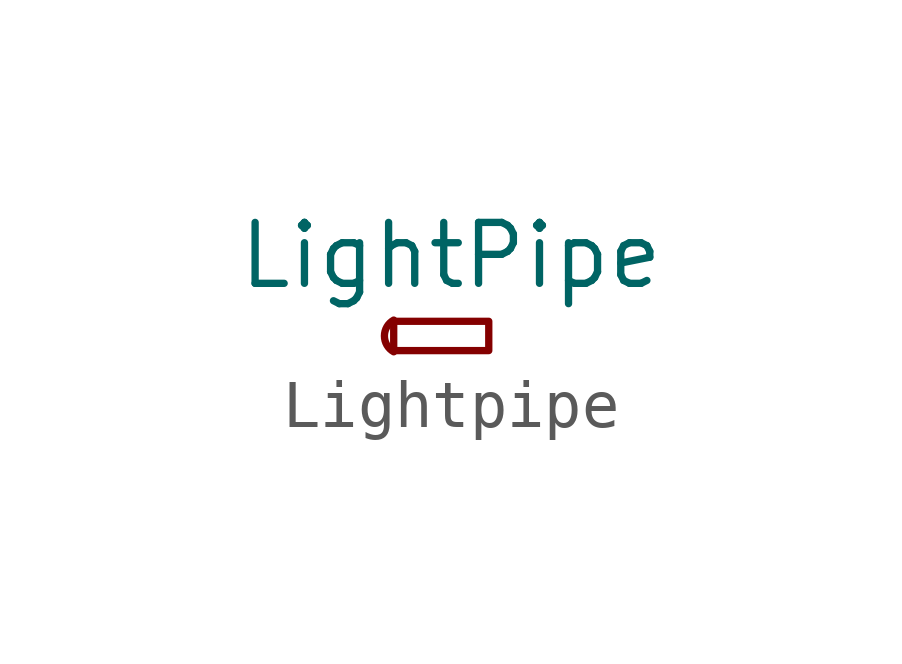
<source format=kicad_sym>
(kicad_symbol_lib
  (version 20220914)
  (generator kicad_symbol_editor)
  (symbol "Lightpipe"
    (pin_numbers hide)
    (pin_names
      (offset 0) hide)
    (property "Reference" "LightPipe"
      (at 2.54 -2.54 0)
      (effects (font (size 1.27 1.27)) hide))
    (property "Value" "LightPipe"
      (at 0.178 1.676 0)
      (effects (font (size 1.27 1.27))))
    (symbol "Lightpipe_0_1"
      (arc (start -1.016 0.3302) (mid -1.2093 0) (end -1.016 -0.3302) (stroke (width 0) (type default)) (fill (type none)))
      (polyline (pts (xy -1.016 0.305) (xy -1.016 -0.305)) (stroke (width 0) (type default)) (fill (type none)))
      (polyline (pts (xy -1.016 0.305) (xy 0.965 0.305) (xy 0.965 -0.305) (xy -1.016 -0.305)) (stroke (width 0) (type default)) (fill (type none))))))
</source>
